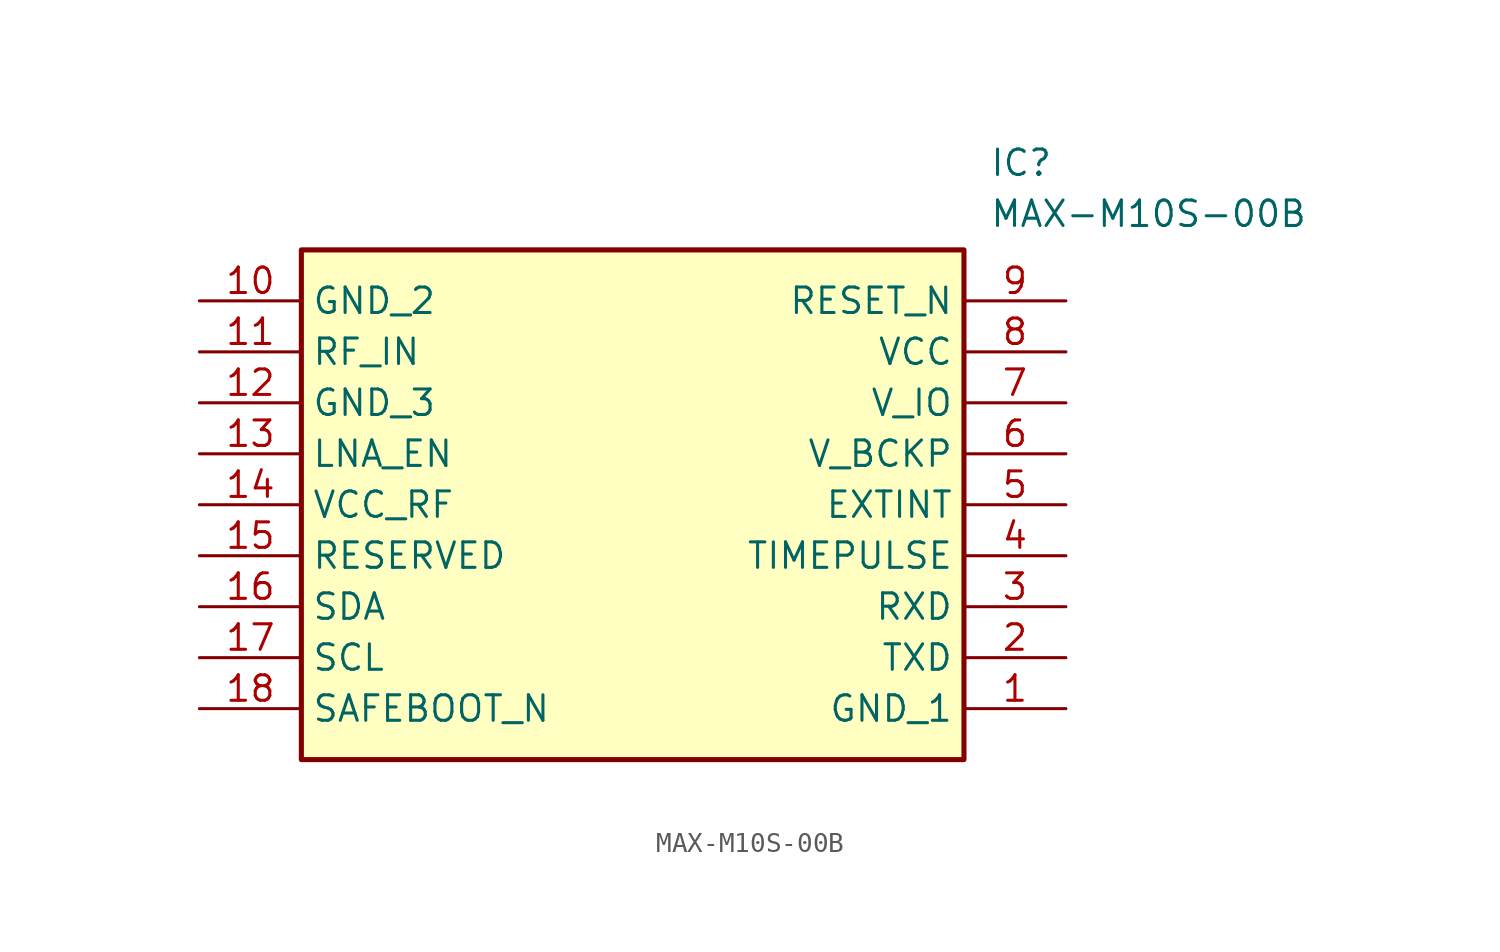
<source format=kicad_sym>
(kicad_symbol_lib
  (version 20220914)
  (generator SamacSys_ECAD_Model)
  (symbol "MAX-M10S-00B"
    (property "Reference" "IC"
      (at 39.37 7.62 0)
      (effects (font (size 1.27 1.27)) (justify left top)))
    (property "Value" "MAX-M10S-00B"
      (at 39.37 5.08 0)
      (effects (font (size 1.27 1.27)) (justify left top)))
    (rectangle
      (start 5.08 2.54)
      (end 38.1 -22.86)
      (stroke (width 0.254) (type default))
      (fill (type background)))
    (pin passive line
      (at 43.18 -20.32 180)
      (length 5.08)
      (name "GND_1" (effects (font (size 1.27 1.27))))
      (number "1" (effects (font (size 1.27 1.27)))))
    (pin passive line
      (at 43.18 -17.78 180)
      (length 5.08)
      (name "TXD" (effects (font (size 1.27 1.27))))
      (number "2" (effects (font (size 1.27 1.27)))))
    (pin passive line
      (at 43.18 -15.24 180)
      (length 5.08)
      (name "RXD" (effects (font (size 1.27 1.27))))
      (number "3" (effects (font (size 1.27 1.27)))))
    (pin passive line
      (at 43.18 -12.7 180)
      (length 5.08)
      (name "TIMEPULSE" (effects (font (size 1.27 1.27))))
      (number "4" (effects (font (size 1.27 1.27)))))
    (pin passive line
      (at 43.18 -10.16 180)
      (length 5.08)
      (name "EXTINT" (effects (font (size 1.27 1.27))))
      (number "5" (effects (font (size 1.27 1.27)))))
    (pin passive line
      (at 43.18 -7.62 180)
      (length 5.08)
      (name "V_BCKP" (effects (font (size 1.27 1.27))))
      (number "6" (effects (font (size 1.27 1.27)))))
    (pin passive line
      (at 43.18 -5.08 180)
      (length 5.08)
      (name "V_IO" (effects (font (size 1.27 1.27))))
      (number "7" (effects (font (size 1.27 1.27)))))
    (pin passive line
      (at 43.18 -2.54 180)
      (length 5.08)
      (name "VCC" (effects (font (size 1.27 1.27))))
      (number "8" (effects (font (size 1.27 1.27)))))
    (pin passive line
      (at 43.18 0 180)
      (length 5.08)
      (name "RESET_N" (effects (font (size 1.27 1.27))))
      (number "9" (effects (font (size 1.27 1.27)))))
    (pin passive line
      (at 0 0 0)
      (length 5.08)
      (name "GND_2" (effects (font (size 1.27 1.27))))
      (number "10" (effects (font (size 1.27 1.27)))))
    (pin passive line
      (at 0 -2.54 0)
      (length 5.08)
      (name "RF_IN" (effects (font (size 1.27 1.27))))
      (number "11" (effects (font (size 1.27 1.27)))))
    (pin passive line
      (at 0 -5.08 0)
      (length 5.08)
      (name "GND_3" (effects (font (size 1.27 1.27))))
      (number "12" (effects (font (size 1.27 1.27)))))
    (pin passive line
      (at 0 -7.62 0)
      (length 5.08)
      (name "LNA_EN" (effects (font (size 1.27 1.27))))
      (number "13" (effects (font (size 1.27 1.27)))))
    (pin passive line
      (at 0 -10.16 0)
      (length 5.08)
      (name "VCC_RF" (effects (font (size 1.27 1.27))))
      (number "14" (effects (font (size 1.27 1.27)))))
    (pin passive line
      (at 0 -12.7 0)
      (length 5.08)
      (name "RESERVED" (effects (font (size 1.27 1.27))))
      (number "15" (effects (font (size 1.27 1.27)))))
    (pin passive line
      (at 0 -15.24 0)
      (length 5.08)
      (name "SDA" (effects (font (size 1.27 1.27))))
      (number "16" (effects (font (size 1.27 1.27)))))
    (pin passive line
      (at 0 -17.78 0)
      (length 5.08)
      (name "SCL" (effects (font (size 1.27 1.27))))
      (number "17" (effects (font (size 1.27 1.27)))))
    (pin passive line
      (at 0 -20.32 0)
      (length 5.08)
      (name "SAFEBOOT_N" (effects (font (size 1.27 1.27))))
      (number "18" (effects (font (size 1.27 1.27)))))))
</source>
